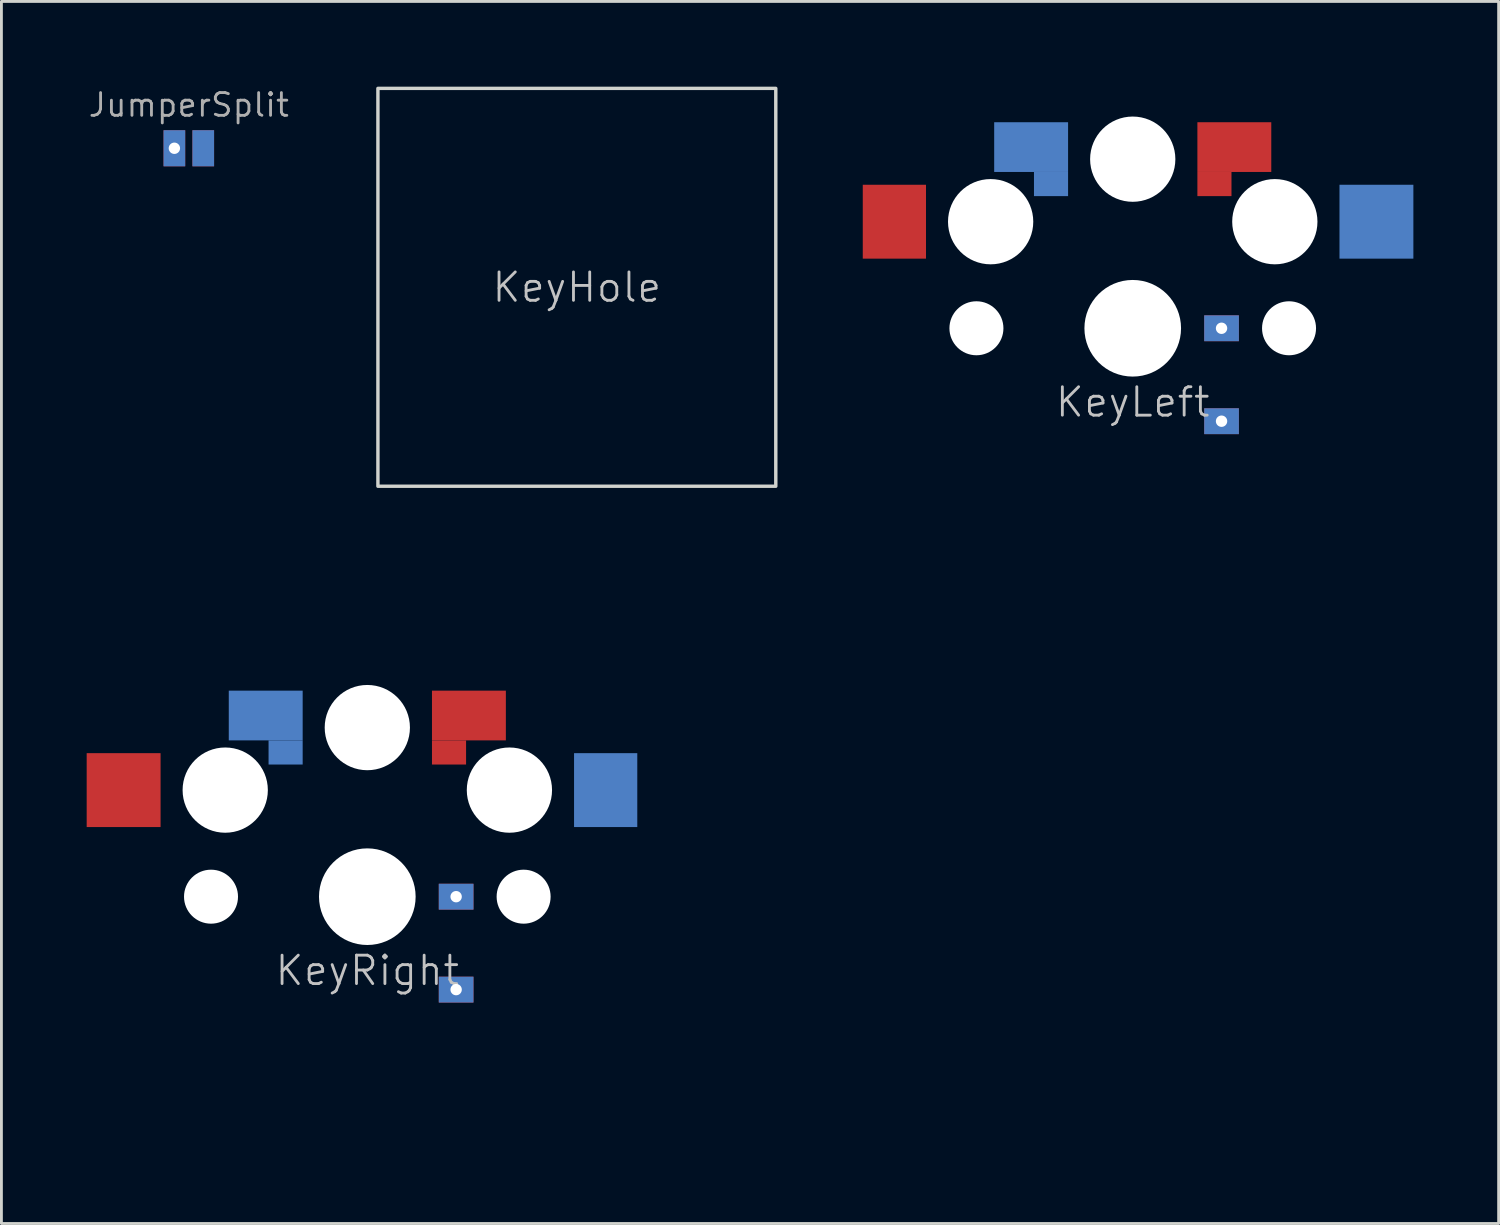
<source format=kicad_pcb>
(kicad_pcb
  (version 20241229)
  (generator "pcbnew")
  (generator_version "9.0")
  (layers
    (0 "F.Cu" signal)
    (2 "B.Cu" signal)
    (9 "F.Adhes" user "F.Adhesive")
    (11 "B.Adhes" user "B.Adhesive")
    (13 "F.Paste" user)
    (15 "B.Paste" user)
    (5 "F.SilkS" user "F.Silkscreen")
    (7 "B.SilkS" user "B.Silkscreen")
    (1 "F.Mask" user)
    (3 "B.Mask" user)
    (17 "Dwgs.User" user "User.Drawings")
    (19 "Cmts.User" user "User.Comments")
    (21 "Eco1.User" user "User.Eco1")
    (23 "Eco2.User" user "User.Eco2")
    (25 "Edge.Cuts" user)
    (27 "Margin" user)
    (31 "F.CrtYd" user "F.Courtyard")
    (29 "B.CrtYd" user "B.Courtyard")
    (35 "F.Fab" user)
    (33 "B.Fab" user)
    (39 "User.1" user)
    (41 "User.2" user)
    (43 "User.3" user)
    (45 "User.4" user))
  (footprint "JumperSplit"
    (layer "F.Cu")
    (at 3.594 2.167)
    (property "Reference" "JumperSplit" (at 0 -1.524 0) (unlocked yes) (layer "F.Fab") (effects (font (size 0.8 0.8) (thickness 0.1))))
    (attr smd)
    (pad "1" thru_hole rect (at -0.508 0) (size 0.762 1.27) (drill 0.4) (layers "*.Cu" "*.Paste" "*.Mask"))
    (pad "2" smd rect (at 0.508 0) (size 0.762 1.27) (layers "F.Cu" "F.Mask" "F.Paste"))
    (pad "3" smd rect (at 0.508 0) (size 0.762 1.27) (layers "B.Cu" "B.Mask" "B.Paste")))
  (footprint "KeyHole"
    (layer "F.Cu")
    (at 17.248 7.06)
    (property "Reference" "KeyHole" (at 0 0 0) (unlocked yes) (layer "Dwgs.User") (effects (font (size 1 1) (thickness 0.1))))
    (fp_rect (start -7 -7) (end 7 7) (stroke (width 0.12) (type default)) (fill no) (layer "Edge.Cuts")))
  (footprint "KeyLeft"
    (layer "F.Cu")
    (at 36.808 8.501)
    (property "Reference" "KeyLeft" (at 0 2.6 0) (unlocked yes) (layer "Dwgs.User") (effects (font (size 1 1) (thickness 0.1))))
    (attr through_hole)
    (fp_rect (start -9 -8.5) (end 9 8.5) (stroke (width 0.001) (type default)) (fill no) (layer "Dwgs.User"))
    (fp_rect (start -6.9 -6.9) (end 6.9 6.9) (stroke (width 0.001) (type default)) (fill no) (layer "B.Fab"))
    (fp_rect (start 7.275 -8.275) (end -2.275 -1.425) (stroke (width 0.001) (type default)) (fill no) (layer "B.Fab"))
    (fp_rect (start -7.275 -8.275) (end 2.275 -1.425) (stroke (width 0.001) (type default)) (fill no) (layer "F.Fab"))
    (fp_rect (start -6.9 -6.9) (end 6.9 6.9) (stroke (width 0.001) (type default)) (fill no) (layer "F.Fab"))
    (pad "" np_thru_hole circle (at -5.5 0) (size 1.9 1.9) (drill 1.9) (layers "*.Cu" "*.Mask"))
    (pad "" np_thru_hole circle (at -5 -3.75) (size 3 3) (drill 3) (layers "*.Cu" "*.Mask"))
    (pad "" np_thru_hole circle (at 0 -5.95) (size 3 3) (drill 3) (layers "*.Cu" "*.Mask"))
    (pad "" np_thru_hole circle (at 0 0) (size 3.4 3.4) (drill 3.4) (layers "*.Cu" "*.Mask"))
    (pad "" np_thru_hole circle (at 5 -3.75) (size 3 3) (drill 3) (layers "*.Cu" "*.Mask"))
    (pad "" np_thru_hole circle (at 5.5 0) (size 1.9 1.9) (drill 1.9) (layers "*.Cu" "*.Mask"))
    (pad "1" smd rect (at -8.387 -3.75) (size 2.225 2.6) (layers "F.Cu" "F.Mask" "F.Paste"))
    (pad "2" smd rect (at -3.575 -6.375) (size 2.6 1.75) (layers "B.Cu" "B.Mask" "B.Paste"))
    (pad "2" smd rect (at -2.875 -5.075) (size 1.2 0.85) (layers "B.Cu" "B.Mask" "B.Paste"))
    (pad "3" smd rect (at 8.575 -3.75) (size 2.6 2.6) (layers "B.Cu" "B.Mask" "B.Paste"))
    (pad "4" smd rect (at 2.875 -5.075) (size 1.2 0.85) (layers "F.Cu" "F.Mask" "F.Paste"))
    (pad "4" smd rect (at 3.575 -6.375) (size 2.6 1.75) (layers "F.Cu" "F.Mask" "F.Paste"))
    (pad "5" thru_hole rect (at 3.125 0 90) (size 0.91 1.22) (drill 0.4) (layers "*.Cu" "*.Paste" "*.Mask"))
    (pad "6" thru_hole rect (at 3.125 3.27 90) (size 0.91 1.22) (drill 0.4) (layers "*.Cu" "*.Paste" "*.Mask")))
  (footprint "KeyRight"
    (layer "F.Cu")
    (at 9.875 28.502)
    (property "Reference" "KeyRight" (at 0 2.6 0) (unlocked yes) (layer "Dwgs.User") (effects (font (size 1 1) (thickness 0.1))))
    (attr through_hole)
    (fp_rect (start -9 -8.5) (end 9 8.5) (stroke (width 0.001) (type default)) (fill no) (layer "Dwgs.User"))
    (fp_rect (start -6.9 -6.9) (end 6.9 6.9) (stroke (width 0.001) (type default)) (fill no) (layer "B.Fab"))
    (fp_rect (start 7.275 -8.275) (end -2.275 -1.425) (stroke (width 0.001) (type default)) (fill no) (layer "B.Fab"))
    (fp_rect (start -7.275 -8.275) (end 2.275 -1.425) (stroke (width 0.001) (type default)) (fill no) (layer "F.Fab"))
    (fp_rect (start -6.9 -6.9) (end 6.9 6.9) (stroke (width 0.001) (type default)) (fill no) (layer "F.Fab"))
    (pad "" np_thru_hole circle (at -5.5 0) (size 1.9 1.9) (drill 1.9) (layers "*.Cu" "*.Mask"))
    (pad "" np_thru_hole circle (at -5 -3.75) (size 3 3) (drill 3) (layers "*.Cu" "*.Mask"))
    (pad "" np_thru_hole circle (at 0 -5.95) (size 3 3) (drill 3) (layers "*.Cu" "*.Mask"))
    (pad "" np_thru_hole circle (at 0 0) (size 3.4 3.4) (drill 3.4) (layers "*.Cu" "*.Mask"))
    (pad "" np_thru_hole circle (at 5 -3.75) (size 3 3) (drill 3) (layers "*.Cu" "*.Mask"))
    (pad "" np_thru_hole circle (at 5.5 0) (size 1.9 1.9) (drill 1.9) (layers "*.Cu" "*.Mask"))
    (pad "1" smd rect (at -8.575 -3.75) (size 2.6 2.6) (layers "F.Cu" "F.Mask" "F.Paste"))
    (pad "2" smd rect (at -3.575 -6.375) (size 2.6 1.75) (layers "B.Cu" "B.Mask" "B.Paste"))
    (pad "2" smd rect (at -2.875 -5.075) (size 1.2 0.85) (layers "B.Cu" "B.Mask" "B.Paste"))
    (pad "3" smd rect (at 8.387 -3.75) (size 2.225 2.6) (layers "B.Cu" "B.Mask" "B.Paste"))
    (pad "4" smd rect (at 2.875 -5.075) (size 1.2 0.85) (layers "F.Cu" "F.Mask" "F.Paste"))
    (pad "4" smd rect (at 3.575 -6.375) (size 2.6 1.75) (layers "F.Cu" "F.Mask" "F.Paste"))
    (pad "5" thru_hole rect (at 3.125 0 90) (size 0.91 1.22) (drill 0.4) (layers "*.Cu" "*.Paste" "*.Mask"))
    (pad "6" thru_hole rect (at 3.125 3.27 90) (size 0.91 1.22) (drill 0.4) (layers "*.Cu" "*.Paste" "*.Mask")))
  (gr_rect
    (start -3 -3)
    (end 49.683 40.002)
    (stroke (width 0.1) (type default))
    (fill no)
    (layer "Edge.Cuts")))
</source>
